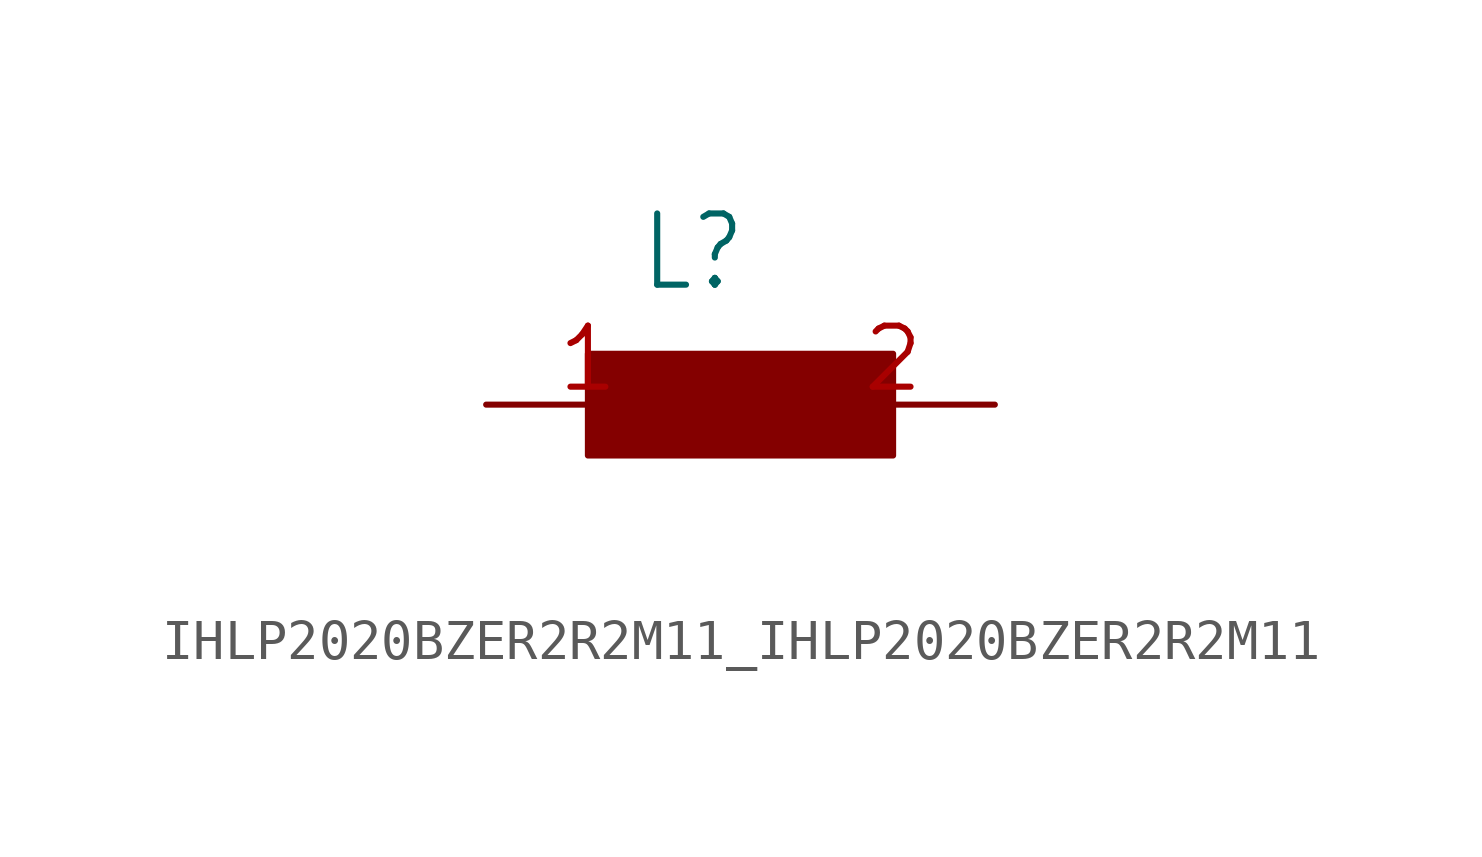
<source format=kicad_sym>
(kicad_symbol_lib
  (version 20241209)
  (generator "kicad_symbol_editor")
  (generator_version "9.0")
  (symbol "IHLP2020BZER2R2M11_IHLP2020BZER2R2M11"
    (property "Reference" "L"
      (at 3.81 3.81 0)
      (effects (font (size 1.778 1.511)) (justify left)))
    (property "Value" ""
      (at 3.81 -3.81 0)
      (effects (font (size 1.778 1.511)) (justify left)))
    (property "ki_locked" ""
      (at 0 0 0)
      (effects (font (size 1.27 1.27))))
    (symbol "IHLP2020BZER2R2M11_IHLP2020BZER2R2M11_1_0"
      (rectangle (start 2.54 -1.27) (end 10.16 1.27) (stroke (width 0) (type default)) (fill (type outline)))
      (pin bidirectional line (at 0 0 0) (length 5.08) (name "1" (effects (font (size 0 0)))) (number "1" (effects (font (size 1.524 1.524)))))
      (pin bidirectional line (at 12.7 0 180) (length 5.08) (name "2" (effects (font (size 0 0)))) (number "2" (effects (font (size 1.524 1.524))))))))
</source>
